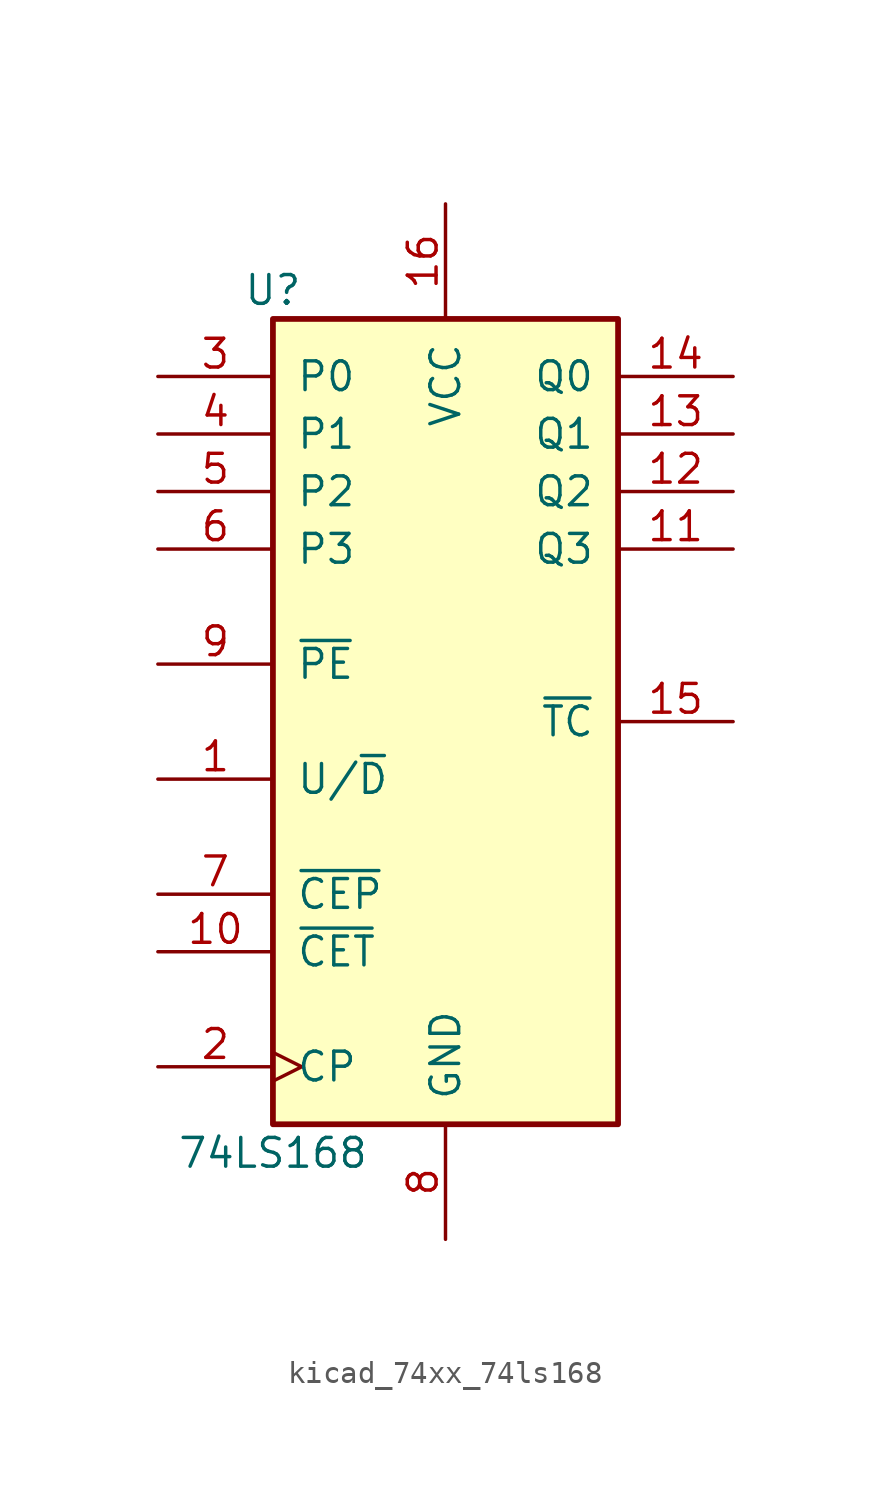
<source format=kicad_sym>
(kicad_symbol_lib
  (version 20220914)
  (generator kicad_symbol_editor)
  (symbol "kicad_74xx_74ls168"
    (pin_names
      (offset 1.016))
    (property "Reference" "U"
      (at -7.62 19.05 0)
      (effects (font (size 1.27 1.27))))
    (property "Value" "74LS168"
      (at -7.62 -19.05 0)
      (effects (font (size 1.27 1.27))))
    (property "ki_locked" ""
      (at 0 0 0)
      (effects (font (size 1.27 1.27))))
    (symbol "kicad_74xx_74ls168_1_0"
      (pin input line (at -12.7 -2.54 0) (length 5.08) (name "U/~{D}" (effects (font (size 1.27 1.27)))) (number "1" (effects (font (size 1.27 1.27)))))
      (pin input line (at -12.7 -10.16 0) (length 5.08) (name "~{CET}" (effects (font (size 1.27 1.27)))) (number "10" (effects (font (size 1.27 1.27)))))
      (pin output line (at 12.7 7.62 180) (length 5.08) (name "Q3" (effects (font (size 1.27 1.27)))) (number "11" (effects (font (size 1.27 1.27)))))
      (pin output line (at 12.7 10.16 180) (length 5.08) (name "Q2" (effects (font (size 1.27 1.27)))) (number "12" (effects (font (size 1.27 1.27)))))
      (pin output line (at 12.7 12.7 180) (length 5.08) (name "Q1" (effects (font (size 1.27 1.27)))) (number "13" (effects (font (size 1.27 1.27)))))
      (pin output line (at 12.7 15.24 180) (length 5.08) (name "Q0" (effects (font (size 1.27 1.27)))) (number "14" (effects (font (size 1.27 1.27)))))
      (pin output line (at 12.7 0 180) (length 5.08) (name "~{TC}" (effects (font (size 1.27 1.27)))) (number "15" (effects (font (size 1.27 1.27)))))
      (pin power_in line (at 0 22.86 270) (length 5.08) (name "VCC" (effects (font (size 1.27 1.27)))) (number "16" (effects (font (size 1.27 1.27)))))
      (pin input clock (at -12.7 -15.24 0) (length 5.08) (name "CP" (effects (font (size 1.27 1.27)))) (number "2" (effects (font (size 1.27 1.27)))))
      (pin input line (at -12.7 15.24 0) (length 5.08) (name "P0" (effects (font (size 1.27 1.27)))) (number "3" (effects (font (size 1.27 1.27)))))
      (pin input line (at -12.7 12.7 0) (length 5.08) (name "P1" (effects (font (size 1.27 1.27)))) (number "4" (effects (font (size 1.27 1.27)))))
      (pin input line (at -12.7 10.16 0) (length 5.08) (name "P2" (effects (font (size 1.27 1.27)))) (number "5" (effects (font (size 1.27 1.27)))))
      (pin input line (at -12.7 7.62 0) (length 5.08) (name "P3" (effects (font (size 1.27 1.27)))) (number "6" (effects (font (size 1.27 1.27)))))
      (pin input line (at -12.7 -7.62 0) (length 5.08) (name "~{CEP}" (effects (font (size 1.27 1.27)))) (number "7" (effects (font (size 1.27 1.27)))))
      (pin power_in line (at 0 -22.86 90) (length 5.08) (name "GND" (effects (font (size 1.27 1.27)))) (number "8" (effects (font (size 1.27 1.27)))))
      (pin input line (at -12.7 2.54 0) (length 5.08) (name "~{PE}" (effects (font (size 1.27 1.27)))) (number "9" (effects (font (size 1.27 1.27))))))
    (symbol "kicad_74xx_74ls168_1_1"
      (rectangle (start -7.62 17.78) (end 7.62 -17.78) (stroke (width 0.254) (type default)) (fill (type background))))))
</source>
